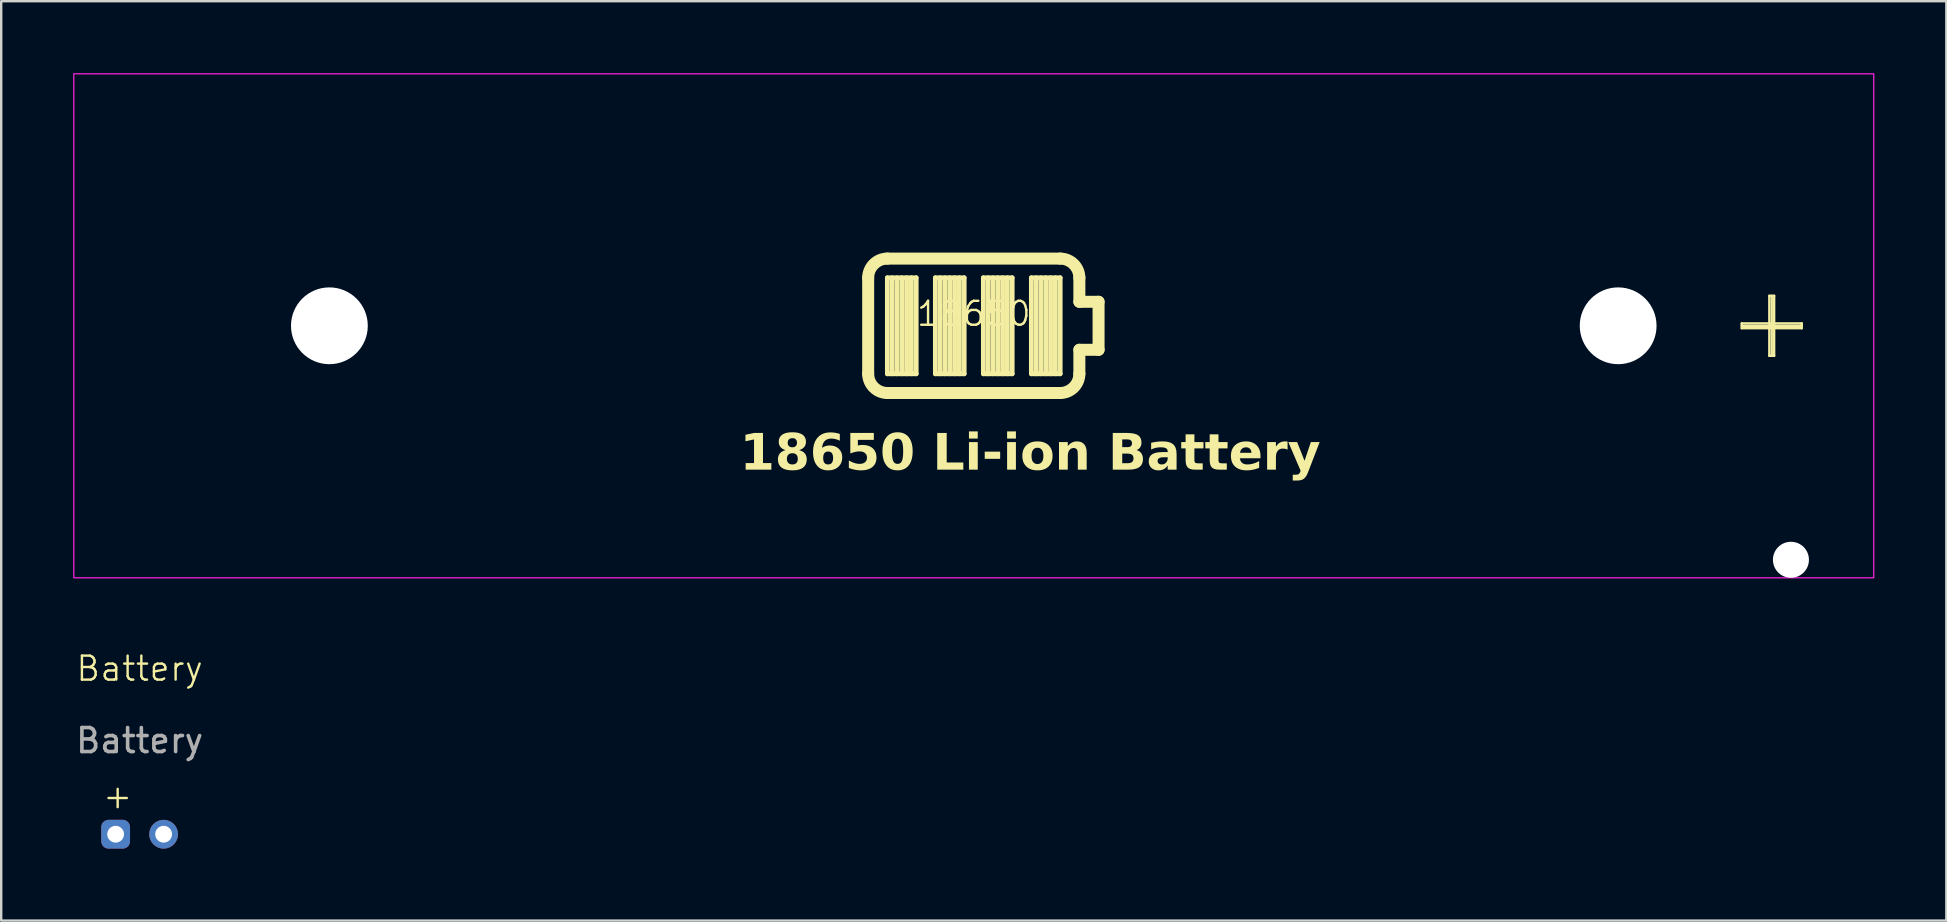
<source format=kicad_pcb>
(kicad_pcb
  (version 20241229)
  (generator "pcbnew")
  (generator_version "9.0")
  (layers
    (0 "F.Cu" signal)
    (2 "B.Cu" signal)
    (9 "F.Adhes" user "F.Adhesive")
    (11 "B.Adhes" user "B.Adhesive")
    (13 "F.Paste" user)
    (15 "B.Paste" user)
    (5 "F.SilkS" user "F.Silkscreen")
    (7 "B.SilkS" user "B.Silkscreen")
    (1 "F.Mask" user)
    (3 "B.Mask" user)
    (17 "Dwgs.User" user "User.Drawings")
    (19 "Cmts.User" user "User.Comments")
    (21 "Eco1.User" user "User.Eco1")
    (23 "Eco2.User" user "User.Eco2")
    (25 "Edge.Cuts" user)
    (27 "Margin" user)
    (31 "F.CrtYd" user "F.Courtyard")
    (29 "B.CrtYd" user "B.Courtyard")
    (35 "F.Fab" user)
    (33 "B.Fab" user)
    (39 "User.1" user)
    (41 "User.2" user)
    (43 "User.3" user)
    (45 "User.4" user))
  (footprint "Battery"
    (layer "F.Cu")
    (at 2.768 31.71)
    (property "Reference" "Battery" (at 0 -6.9 0) (unlocked yes) (layer "F.SilkS") (effects (font (size 1 1) (thickness 0.1))))
    (attr through_hole)
    (fp_text user "+" (at -1.6 -1 0) (unlocked yes) (layer "F.SilkS") (effects (font (size 1 1) (thickness 0.1)) (justify left bottom)))
    (fp_text user "${REFERENCE}" (at 0 -3.9 0) (unlocked yes) (layer "F.Fab") (effects (font (size 1 1) (thickness 0.15))))
    (pad "1" thru_hole roundrect (at -1 0) (size 1.2 1.2) (drill 0.7) (layers "*.Cu" "*.Mask") (roundrect_rratio 0.25))
    (pad "2" thru_hole circle (at 1 0) (size 1.2 1.2) (drill 0.7) (layers "*.Cu" "*.Mask")))
  (footprint "18650"
    (layer "F.Cu")
    (at 37.525 10.525)
    (property "Reference" "18650" (at 0 -0.5 0) (unlocked yes) (layer "F.SilkS") (effects (font (size 1 1) (thickness 0.1))))
    (attr through_hole)
    (fp_line (start -4.4 -2) (end -4.4 2) (stroke (width 0.5) (type default)) (layer "F.SilkS"))
    (fp_line (start -3.6 -2) (end -3.6 2) (stroke (width 0.2) (type default)) (layer "F.SilkS"))
    (fp_line (start -3.6 2.8) (end 3.6 2.8) (stroke (width 0.5) (type default)) (layer "F.SilkS"))
    (fp_line (start -3.4 -2) (end -3.4 2) (stroke (width 0.2) (type default)) (layer "F.SilkS"))
    (fp_line (start -3.2 -2) (end -3.2 2) (stroke (width 0.2) (type default)) (layer "F.SilkS"))
    (fp_line (start -3 -2) (end -3 2) (stroke (width 0.2) (type default)) (layer "F.SilkS"))
    (fp_line (start -2.8 -2) (end -2.8 2) (stroke (width 0.2) (type default)) (layer "F.SilkS"))
    (fp_line (start -2.6 -2) (end -2.6 2) (stroke (width 0.2) (type default)) (layer "F.SilkS"))
    (fp_line (start -2.4 -2) (end -3.6 -2) (stroke (width 0.2) (type default)) (layer "F.SilkS"))
    (fp_line (start -2.4 -2) (end -2.4 2) (stroke (width 0.2) (type default)) (layer "F.SilkS"))
    (fp_line (start -2.4 2) (end -3.6 2) (stroke (width 0.2) (type default)) (layer "F.SilkS"))
    (fp_line (start -1.6 -2) (end -1.6 2) (stroke (width 0.2) (type default)) (layer "F.SilkS"))
    (fp_line (start -1.4 -2) (end -1.4 2) (stroke (width 0.2) (type default)) (layer "F.SilkS"))
    (fp_line (start -1.2 -2) (end -1.2 2) (stroke (width 0.2) (type default)) (layer "F.SilkS"))
    (fp_line (start -1 -2) (end -1 2) (stroke (width 0.2) (type default)) (layer "F.SilkS"))
    (fp_line (start -0.8 -2) (end -0.8 2) (stroke (width 0.2) (type default)) (layer "F.SilkS"))
    (fp_line (start -0.6 -2) (end -0.6 2) (stroke (width 0.2) (type default)) (layer "F.SilkS"))
    (fp_line (start -0.4 -2) (end -1.6 -2) (stroke (width 0.2) (type default)) (layer "F.SilkS"))
    (fp_line (start -0.4 -2) (end -0.4 2) (stroke (width 0.2) (type default)) (layer "F.SilkS"))
    (fp_line (start -0.4 2) (end -1.6 2) (stroke (width 0.2) (type default)) (layer "F.SilkS"))
    (fp_line (start 0.4 -2) (end 0.4 2) (stroke (width 0.2) (type default)) (layer "F.SilkS"))
    (fp_line (start 0.6 -2) (end 0.6 2) (stroke (width 0.2) (type default)) (layer "F.SilkS"))
    (fp_line (start 0.8 -2) (end 0.8 2) (stroke (width 0.2) (type default)) (layer "F.SilkS"))
    (fp_line (start 1 -2) (end 1 2) (stroke (width 0.2) (type default)) (layer "F.SilkS"))
    (fp_line (start 1.2 -2) (end 1.2 2) (stroke (width 0.2) (type default)) (layer "F.SilkS"))
    (fp_line (start 1.4 -2) (end 1.4 2) (stroke (width 0.2) (type default)) (layer "F.SilkS"))
    (fp_line (start 1.6 -2) (end 0.4 -2) (stroke (width 0.2) (type default)) (layer "F.SilkS"))
    (fp_line (start 1.6 -2) (end 1.6 2) (stroke (width 0.2) (type default)) (layer "F.SilkS"))
    (fp_line (start 1.6 2) (end 0.4 2) (stroke (width 0.2) (type default)) (layer "F.SilkS"))
    (fp_line (start 2.4 -2) (end 2.4 2) (stroke (width 0.2) (type default)) (layer "F.SilkS"))
    (fp_line (start 2.6 -2) (end 2.6 2) (stroke (width 0.2) (type default)) (layer "F.SilkS"))
    (fp_line (start 2.8 -2) (end 2.8 2) (stroke (width 0.2) (type default)) (layer "F.SilkS"))
    (fp_line (start 3 -2) (end 3 2) (stroke (width 0.2) (type default)) (layer "F.SilkS"))
    (fp_line (start 3.2 -2) (end 3.2 2) (stroke (width 0.2) (type default)) (layer "F.SilkS"))
    (fp_line (start 3.4 -2) (end 3.4 2) (stroke (width 0.2) (type default)) (layer "F.SilkS"))
    (fp_line (start 3.6 -2.8) (end -3.6 -2.8) (stroke (width 0.5) (type default)) (layer "F.SilkS"))
    (fp_line (start 3.6 -2) (end 2.4 -2) (stroke (width 0.2) (type default)) (layer "F.SilkS"))
    (fp_line (start 3.6 -2) (end 3.6 2) (stroke (width 0.2) (type default)) (layer "F.SilkS"))
    (fp_line (start 3.6 2) (end 2.4 2) (stroke (width 0.2) (type default)) (layer "F.SilkS"))
    (fp_line (start 4.4 -2) (end 4.4 -1) (stroke (width 0.5) (type default)) (layer "F.SilkS"))
    (fp_line (start 4.4 1) (end 5.2 1) (stroke (width 0.5) (type default)) (layer "F.SilkS"))
    (fp_line (start 4.4 2) (end 4.4 1) (stroke (width 0.5) (type default)) (layer "F.SilkS"))
    (fp_line (start 5.2 -1) (end 4.4 -1) (stroke (width 0.5) (type default)) (layer "F.SilkS"))
    (fp_line (start 5.2 1) (end 5.2 -1) (stroke (width 0.5) (type default)) (layer "F.SilkS"))
    (fp_line (start 32 -0.1) (end 32 0.1) (stroke (width 0.1) (type default)) (layer "F.SilkS"))
    (fp_line (start 32 -0.1) (end 34.5 -0.1) (stroke (width 0.1) (type default)) (layer "F.SilkS"))
    (fp_line (start 32 0) (end 34.5 0) (stroke (width 0.1) (type default)) (layer "F.SilkS"))
    (fp_line (start 32 0.1) (end 34.5 0.1) (stroke (width 0.1) (type default)) (layer "F.SilkS"))
    (fp_line (start 33.15 -1.25) (end 33.15 1.25) (stroke (width 0.1) (type default)) (layer "F.SilkS"))
    (fp_line (start 33.15 -1.25) (end 33.35 -1.25) (stroke (width 0.1) (type default)) (layer "F.SilkS"))
    (fp_line (start 33.15 1.25) (end 33.35 1.25) (stroke (width 0.1) (type default)) (layer "F.SilkS"))
    (fp_line (start 33.25 -1.25) (end 33.25 1.25) (stroke (width 0.1) (type default)) (layer "F.SilkS"))
    (fp_line (start 33.35 -1.25) (end 33.35 1.25) (stroke (width 0.1) (type default)) (layer "F.SilkS"))
    (fp_line (start 34.5 -0.1) (end 34.5 0.1) (stroke (width 0.1) (type default)) (layer "F.SilkS"))
    (fp_arc (start -4.400002 -2) (mid -4.165687 -2.565687) (end -3.6 -2.8) (stroke (width 0.5) (type default)) (layer "F.SilkS"))
    (fp_arc (start -3.6 2.8) (mid -4.165685 2.565685) (end -4.4 2) (stroke (width 0.5) (type default)) (layer "F.SilkS"))
    (fp_arc (start 3.6 -2.8) (mid 4.165685 -2.565685) (end 4.4 -2) (stroke (width 0.5) (type default)) (layer "F.SilkS"))
    (fp_arc (start 4.4 2) (mid 4.165685 2.565685) (end 3.6 2.8) (stroke (width 0.5) (type default)) (layer "F.SilkS"))
    (fp_rect (start 37.5 10.5) (end -37.5 -10.5) (stroke (width 0.05) (type default)) (fill no) (layer "F.CrtYd"))
    (fp_text user "18650 Li-ion Battery" (at -9.75 6.25 0) (unlocked yes) (layer "F.SilkS") (effects (font (face "M+ 1c") (size 1.5 1.5) (thickness 0.3) (bold yes)) (justify left bottom)))
    (pad "" np_thru_hole circle (at -26.85 0) (size 3.2 3.2) (drill 3.2) (layers "*.Cu" "*.Mask"))
    (pad "" np_thru_hole circle (at 26.85 0) (size 3.2 3.2) (drill 3.2) (layers "*.Cu" "*.Mask"))
    (pad "" np_thru_hole circle (at 34.05 9.75) (size 1.5 1.5) (drill 1.5) (layers "*.Cu" "*.Mask")))
  (gr_rect
    (start -3 -3)
    (end 78.05 35.31)
    (stroke (width 0.1) (type default))
    (fill no)
    (layer "Edge.Cuts")))
</source>
